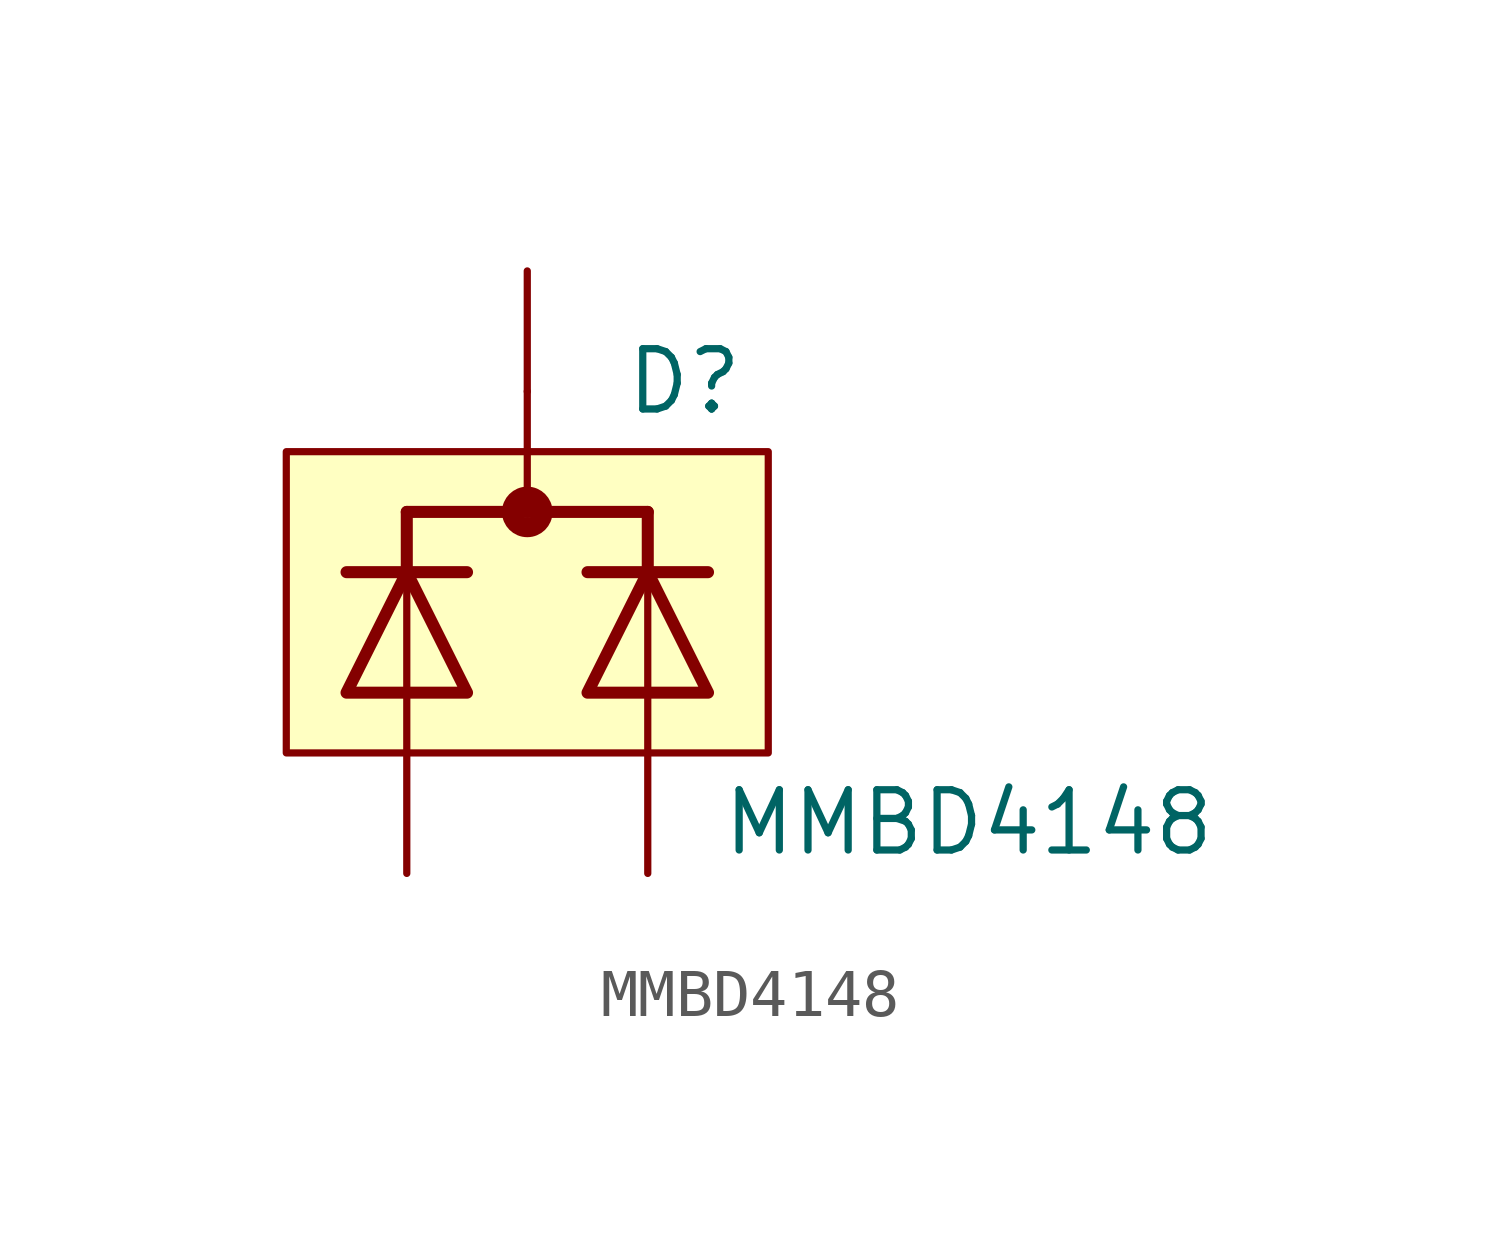
<source format=kicad_sym>
(kicad_symbol_lib
  (version 20211014)
  (generator kicad_symbol_editor)
  (symbol "MMBD4148"
    (pin_numbers hide)
    (pin_names
      (offset 1.016) hide)
    (property "Reference" "D"
      (at 2.032 2.007 0)
      (effects (font (size 1.27 1.27)) (justify left bottom)))
    (property "Value" "MMBD4148"
      (at 4.064 -7.29 0)
      (effects (font (size 1.27 1.27)) (justify left bottom)))
    (property "ki_locked" ""
      (at 0 0 0)
      (effects (font (size 1.27 1.27))))
    (symbol "MMBD4148_0_0"
      (rectangle (start -5.08 -5.08) (end 5.08 1.27) (stroke (width 0.152) (type default) (color 0 0 0 0)) (fill (type background)))
      (polyline (pts (xy -3.81 -1.27) (xy -2.54 -1.27)) (stroke (width 0.254) (type default) (color 0 0 0 0)) (fill (type none)))
      (polyline (pts (xy -2.54 -1.27) (xy -2.54 -5.08)) (stroke (width 0.152) (type default) (color 0 0 0 0)) (fill (type none)))
      (polyline (pts (xy -2.54 -1.27) (xy -2.54 0)) (stroke (width 0.254) (type default) (color 0 0 0 0)) (fill (type none)))
      (polyline (pts (xy -2.54 -1.27) (xy -1.27 -1.27)) (stroke (width 0.254) (type default) (color 0 0 0 0)) (fill (type none)))
      (polyline (pts (xy -2.54 0) (xy 0 0)) (stroke (width 0.254) (type default) (color 0 0 0 0)) (fill (type none)))
      (polyline (pts (xy 0 0) (xy 0 2.54)) (stroke (width 0.152) (type default) (color 0 0 0 0)) (fill (type none)))
      (polyline (pts (xy 0 0) (xy 2.54 0)) (stroke (width 0.254) (type default) (color 0 0 0 0)) (fill (type none)))
      (polyline (pts (xy 1.27 -1.27) (xy 2.54 -1.27)) (stroke (width 0.254) (type default) (color 0 0 0 0)) (fill (type none)))
      (polyline (pts (xy 2.54 -1.27) (xy 2.54 -5.08)) (stroke (width 0.152) (type default) (color 0 0 0 0)) (fill (type none)))
      (polyline (pts (xy 2.54 -1.27) (xy 3.81 -1.27)) (stroke (width 0.254) (type default) (color 0 0 0 0)) (fill (type none)))
      (polyline (pts (xy 2.54 0) (xy 2.54 -1.27)) (stroke (width 0.254) (type default) (color 0 0 0 0)) (fill (type none)))
      (polyline (pts (xy -3.81 -3.81) (xy -1.27 -3.81) (xy -2.54 -1.27) (xy -3.81 -3.81)) (stroke (width 0.254) (type default) (color 0 0 0 0)) (fill (type background)))
      (polyline (pts (xy 1.27 -3.81) (xy 3.81 -3.81) (xy 2.54 -1.27) (xy 1.27 -3.81)) (stroke (width 0.254) (type default) (color 0 0 0 0)) (fill (type background)))
      (circle (center 0 0) (radius 0.127) (stroke (width 0.406) (type default) (color 0 0 0 0)) (fill (type none)))
      (pin passive line (at -2.54 -7.62 90) (length 2.54) (name "~" (effects (font (size 1.016 1.016)))) (number "1" (effects (font (size 1.016 1.016)))))
      (pin passive line (at 2.54 -7.62 90) (length 2.54) (name "~" (effects (font (size 1.016 1.016)))) (number "2" (effects (font (size 1.016 1.016)))))
      (pin passive line (at 0 5.08 270) (length 2.54) (name "~" (effects (font (size 1.016 1.016)))) (number "3" (effects (font (size 1.016 1.016))))))))
</source>
